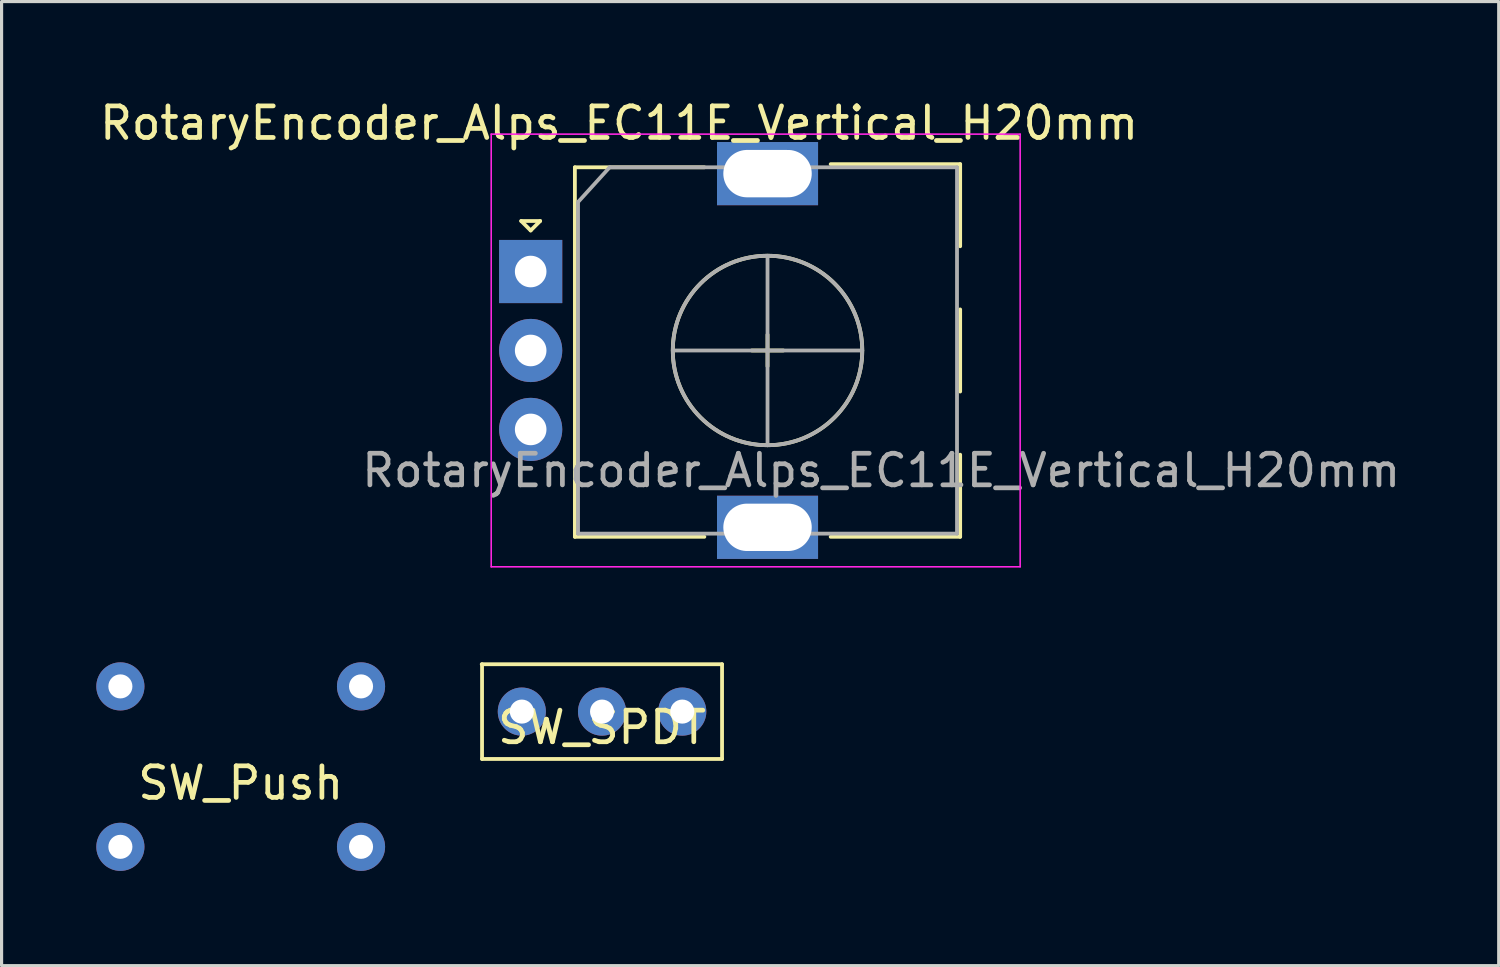
<source format=kicad_pcb>
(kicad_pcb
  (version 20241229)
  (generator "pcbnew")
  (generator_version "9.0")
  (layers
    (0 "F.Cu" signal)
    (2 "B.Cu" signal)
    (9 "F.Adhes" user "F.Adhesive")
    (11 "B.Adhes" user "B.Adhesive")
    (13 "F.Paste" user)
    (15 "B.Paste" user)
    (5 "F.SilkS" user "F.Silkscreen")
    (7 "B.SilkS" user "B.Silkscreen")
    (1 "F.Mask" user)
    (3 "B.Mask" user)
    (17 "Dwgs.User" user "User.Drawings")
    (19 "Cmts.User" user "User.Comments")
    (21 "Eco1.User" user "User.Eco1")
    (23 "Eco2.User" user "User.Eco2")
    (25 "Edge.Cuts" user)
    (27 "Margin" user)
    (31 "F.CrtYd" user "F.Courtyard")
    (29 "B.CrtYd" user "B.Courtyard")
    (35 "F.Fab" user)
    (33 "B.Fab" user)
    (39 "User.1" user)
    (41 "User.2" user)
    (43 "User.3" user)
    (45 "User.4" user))
  (footprint "SW_Push"
    (layer "F.Cu")
    (at 4.572 21.245)
    (property "Reference" "SW_Push" (at 0 0.5 0) (layer "F.SilkS") (effects (font (size 1 1) (thickness 0.15))))
    (attr through_hole)
    (pad "1" thru_hole circle (at 3.81 -2.56) (size 1.524 1.524) (drill 0.762) (layers "*.Cu" "*.Mask"))
    (pad "2" thru_hole circle (at 3.81 2.52) (size 1.524 1.524) (drill 0.762) (layers "*.Cu" "*.Mask"))
    (pad "3" thru_hole circle (at -3.81 2.52) (size 1.524 1.524) (drill 0.762) (layers "*.Cu" "*.Mask"))
    (pad "4" thru_hole circle (at -3.81 -2.56) (size 1.524 1.524) (drill 0.762) (layers "*.Cu" "*.Mask")))
  (footprint "SW_SPDT"
    (layer "F.Cu")
    (at 16.014 19.483)
    (property "Reference" "SW_SPDT" (at 0 0.5 0) (layer "F.SilkS") (effects (font (size 1 1) (thickness 0.15))))
    (attr through_hole)
    (fp_line (start -3.81 -1.5) (end 3.8 -1.5) (stroke (width 0.12) (type solid)) (layer "F.SilkS"))
    (fp_line (start -3.8 1.5) (end -3.8 -1.5) (stroke (width 0.12) (type solid)) (layer "F.SilkS"))
    (fp_line (start 3.8 -1.5) (end 3.8 1.5) (stroke (width 0.12) (type solid)) (layer "F.SilkS"))
    (fp_line (start 3.8 1.5) (end -3.8 1.5) (stroke (width 0.12) (type solid)) (layer "F.SilkS"))
    (pad "1" thru_hole circle (at -2.54 0) (size 1.524 1.524) (drill 0.762) (layers "*.Cu" "*.Mask"))
    (pad "2" thru_hole circle (at 0 0) (size 1.524 1.524) (drill 0.762) (layers "*.Cu" "*.Mask"))
    (pad "3" thru_hole circle (at 2.54 0) (size 1.524 1.524) (drill 0.762) (layers "*.Cu" "*.Mask")))
  (footprint "RotaryEncoder_Alps_EC11E_Vertical_H20mm"
    (layer "F.Cu")
    (at 13.754 5.548)
    (property "Reference" "RotaryEncoder_Alps_EC11E_Vertical_H20mm" (at 2.8 -4.7 180) (layer "F.SilkS") (effects (font (size 1 1) (thickness 0.15))))
    (attr through_hole)
    (fp_line (start -0.3 -1.6) (end 0.3 -1.6) (stroke (width 0.12) (type solid)) (layer "F.SilkS"))
    (fp_line (start 0 -1.3) (end -0.3 -1.6) (stroke (width 0.12) (type solid)) (layer "F.SilkS"))
    (fp_line (start 0.3 -1.6) (end 0 -1.3) (stroke (width 0.12) (type solid)) (layer "F.SilkS"))
    (fp_line (start 1.4 -3.3) (end 1.4 8.4) (stroke (width 0.12) (type solid)) (layer "F.SilkS"))
    (fp_line (start 5.5 -3.3) (end 1.4 -3.3) (stroke (width 0.12) (type solid)) (layer "F.SilkS"))
    (fp_line (start 5.5 8.4) (end 1.4 8.4) (stroke (width 0.12) (type solid)) (layer "F.SilkS"))
    (fp_line (start 7 2.5) (end 8 2.5) (stroke (width 0.12) (type solid)) (layer "F.SilkS"))
    (fp_line (start 7.5 2) (end 7.5 3) (stroke (width 0.12) (type solid)) (layer "F.SilkS"))
    (fp_line (start 9.5 -3.4) (end 13.6 -3.4) (stroke (width 0.12) (type solid)) (layer "F.SilkS"))
    (fp_line (start 13.6 -3.4) (end 13.6 -0.8) (stroke (width 0.12) (type solid)) (layer "F.SilkS"))
    (fp_line (start 13.6 1.2) (end 13.6 3.8) (stroke (width 0.12) (type solid)) (layer "F.SilkS"))
    (fp_line (start 13.6 5.8) (end 13.6 8.4) (stroke (width 0.12) (type solid)) (layer "F.SilkS"))
    (fp_line (start 13.6 8.4) (end 9.5 8.4) (stroke (width 0.12) (type solid)) (layer "F.SilkS"))
    (fp_circle (center 7.5 2.5) (end 10.5 2.5) (stroke (width 0.12) (type solid)) (fill no) (layer "F.SilkS"))
    (fp_line (start -1.25 -4.35) (end -1.25 9.35) (stroke (width 0.05) (type solid)) (layer "F.CrtYd"))
    (fp_line (start -1.25 -4.35) (end 15.5 -4.35) (stroke (width 0.05) (type solid)) (layer "F.CrtYd"))
    (fp_line (start 15.5 9.35) (end -1.25 9.35) (stroke (width 0.05) (type solid)) (layer "F.CrtYd"))
    (fp_line (start 15.5 9.35) (end 15.5 -4.35) (stroke (width 0.05) (type solid)) (layer "F.CrtYd"))
    (fp_line (start 1.5 -2.2) (end 2.5 -3.3) (stroke (width 0.12) (type solid)) (layer "F.Fab"))
    (fp_line (start 1.5 8.3) (end 1.5 -2.2) (stroke (width 0.12) (type solid)) (layer "F.Fab"))
    (fp_line (start 2.5 -3.3) (end 13.5 -3.3) (stroke (width 0.12) (type solid)) (layer "F.Fab"))
    (fp_line (start 4.5 2.5) (end 10.5 2.5) (stroke (width 0.12) (type solid)) (layer "F.Fab"))
    (fp_line (start 7.5 -0.5) (end 7.5 5.5) (stroke (width 0.12) (type solid)) (layer "F.Fab"))
    (fp_line (start 13.5 -3.3) (end 13.5 8.3) (stroke (width 0.12) (type solid)) (layer "F.Fab"))
    (fp_line (start 13.5 8.3) (end 1.5 8.3) (stroke (width 0.12) (type solid)) (layer "F.Fab"))
    (fp_circle (center 7.5 2.5) (end 10.5 2.5) (stroke (width 0.12) (type solid)) (fill no) (layer "F.Fab"))
    (fp_text user "${REFERENCE}" (at 11.1 6.3 180) (layer "F.Fab") (effects (font (size 1 1) (thickness 0.15))))
    (pad "A" thru_hole rect (at 0 0) (size 2 2) (drill 1) (layers "*.Cu" "*.Mask"))
    (pad "B" thru_hole circle (at 0 5) (size 2 2) (drill 1) (layers "*.Cu" "*.Mask"))
    (pad "C" thru_hole circle (at 0 2.5) (size 2 2) (drill 1) (layers "*.Cu" "*.Mask"))
    (pad "MP" thru_hole rect (at 7.5 -3.1) (size 3.2 2) (drill oval 2.8 1.5) (layers "*.Cu" "*.Mask"))
    (pad "MP" thru_hole rect (at 7.5 8.1) (size 3.2 2) (drill oval 2.8 1.5) (layers "*.Cu" "*.Mask")))
  (gr_rect
    (start -3 -3)
    (end 44.407 27.527)
    (stroke (width 0.1) (type default))
    (fill no)
    (layer "Edge.Cuts")))
</source>
